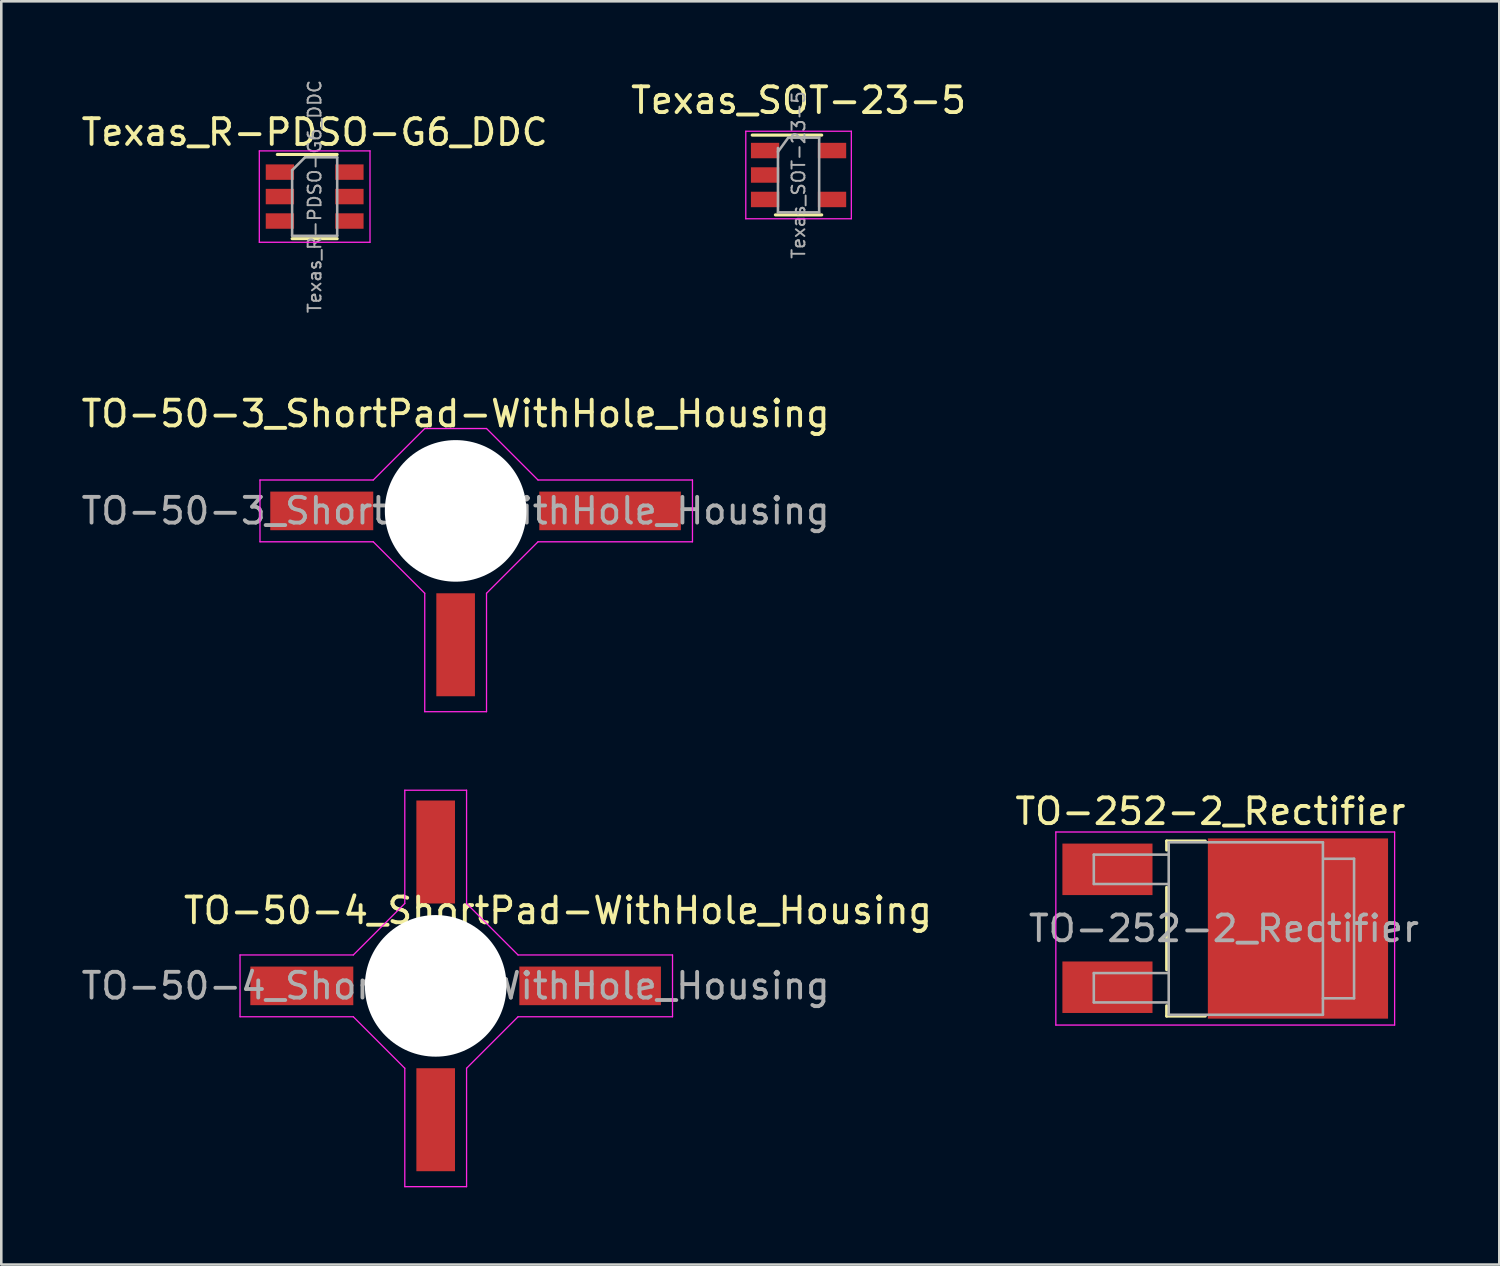
<source format=kicad_pcb>
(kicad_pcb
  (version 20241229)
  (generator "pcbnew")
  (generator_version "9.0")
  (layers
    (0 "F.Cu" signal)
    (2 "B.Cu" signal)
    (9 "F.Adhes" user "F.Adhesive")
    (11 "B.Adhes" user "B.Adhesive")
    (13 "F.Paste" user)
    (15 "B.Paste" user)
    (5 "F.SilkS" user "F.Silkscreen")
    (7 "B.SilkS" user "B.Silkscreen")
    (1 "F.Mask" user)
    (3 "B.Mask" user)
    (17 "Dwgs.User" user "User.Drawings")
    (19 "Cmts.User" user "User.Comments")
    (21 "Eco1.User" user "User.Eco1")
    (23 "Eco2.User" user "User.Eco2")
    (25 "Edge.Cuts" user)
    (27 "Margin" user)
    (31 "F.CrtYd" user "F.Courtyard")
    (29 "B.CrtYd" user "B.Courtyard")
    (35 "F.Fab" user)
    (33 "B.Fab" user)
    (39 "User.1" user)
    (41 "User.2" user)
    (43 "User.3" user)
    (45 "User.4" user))
  (footprint "Texas_R-PDSO-G6_DDC"
    (layer "F.Cu")
    (at 9.173 4.586)
    (property "Reference" "Texas_R-PDSO-G6_DDC" (at 0 -2.5 0) (layer "F.SilkS") (effects (font (size 1 1) (thickness 0.15))))
    (attr smd)
    (fp_line (start -1.45 -1.635) (end 0.875 -1.635) (stroke (width 0.12) (type solid)) (layer "F.SilkS"))
    (fp_line (start -0.875 1.635) (end 0.875 1.635) (stroke (width 0.12) (type solid)) (layer "F.SilkS"))
    (fp_line (start -2.15 -1.775) (end -2.15 1.775) (stroke (width 0.05) (type solid)) (layer "F.CrtYd"))
    (fp_line (start -2.15 -1.775) (end 2.15 -1.775) (stroke (width 0.05) (type solid)) (layer "F.CrtYd"))
    (fp_line (start -2.15 1.775) (end 2.15 1.775) (stroke (width 0.05) (type solid)) (layer "F.CrtYd"))
    (fp_line (start 2.15 -1.775) (end 2.15 1.775) (stroke (width 0.05) (type solid)) (layer "F.CrtYd"))
    (fp_line (start -0.875 -1.025) (end -0.875 1.525) (stroke (width 0.1) (type solid)) (layer "F.Fab"))
    (fp_line (start -0.875 1.525) (end 0.875 1.525) (stroke (width 0.1) (type solid)) (layer "F.Fab"))
    (fp_line (start -0.375 -1.525) (end -0.875 -1.025) (stroke (width 0.1) (type solid)) (layer "F.Fab"))
    (fp_line (start 0.875 -1.525) (end -0.375 -1.525) (stroke (width 0.1) (type solid)) (layer "F.Fab"))
    (fp_line (start 0.875 -1.525) (end 0.875 1.525) (stroke (width 0.1) (type solid)) (layer "F.Fab"))
    (fp_text user "${REFERENCE}" (at 0 0 90) (layer "F.Fab") (effects (font (size 0.5 0.5) (thickness 0.075))))
    (pad "1" smd rect (at -1.35 -0.95) (size 1.1 0.6) (layers "F.Cu" "F.Mask" "F.Paste"))
    (pad "2" smd rect (at -1.35 0) (size 1.1 0.6) (layers "F.Cu" "F.Mask" "F.Paste"))
    (pad "3" smd rect (at -1.35 0.95) (size 1.1 0.6) (layers "F.Cu" "F.Mask" "F.Paste"))
    (pad "4" smd rect (at 1.35 0.95) (size 1.1 0.6) (layers "F.Cu" "F.Mask" "F.Paste"))
    (pad "5" smd rect (at 1.35 0) (size 1.1 0.6) (layers "F.Cu" "F.Mask" "F.Paste"))
    (pad "6" smd rect (at 1.35 -0.95) (size 1.1 0.6) (layers "F.Cu" "F.Mask" "F.Paste")))
  (footprint "TO-50-4_ShortPad-WithHole_Housing"
    (layer "F.Cu")
    (at 14.274 35.246)
    (property "Reference" "TO-50-4_ShortPad-WithHole_Housing" (at 4.35 -2.925 0) (layer "F.SilkS") (effects (font (size 1 1) (thickness 0.15))))
    (attr smd)
    (fp_line (start -8 -1.2) (end -3.6 -1.2) (stroke (width 0.05) (type solid)) (layer "F.CrtYd"))
    (fp_line (start -8 1.2) (end -8 -1.2) (stroke (width 0.05) (type solid)) (layer "F.CrtYd"))
    (fp_line (start -3.6 -1.2) (end -1.6 -3.2) (stroke (width 0.05) (type solid)) (layer "F.CrtYd"))
    (fp_line (start -3.6 1.2) (end -8 1.2) (stroke (width 0.05) (type solid)) (layer "F.CrtYd"))
    (fp_line (start -1.6 -7.6) (end 0.8 -7.6) (stroke (width 0.05) (type solid)) (layer "F.CrtYd"))
    (fp_line (start -1.6 -3.2) (end -1.6 -7.6) (stroke (width 0.05) (type solid)) (layer "F.CrtYd"))
    (fp_line (start -1.6 3.2) (end -3.6 1.2) (stroke (width 0.05) (type solid)) (layer "F.CrtYd"))
    (fp_line (start -1.6 7.8) (end -1.6 3.2) (stroke (width 0.05) (type solid)) (layer "F.CrtYd"))
    (fp_line (start 0.8 -7.6) (end 0.8 -3.2) (stroke (width 0.05) (type solid)) (layer "F.CrtYd"))
    (fp_line (start 0.8 -3.2) (end 2.8 -1.2) (stroke (width 0.05) (type solid)) (layer "F.CrtYd"))
    (fp_line (start 0.8 3.2) (end 0.8 7.8) (stroke (width 0.05) (type solid)) (layer "F.CrtYd"))
    (fp_line (start 0.8 7.8) (end -1.6 7.8) (stroke (width 0.05) (type solid)) (layer "F.CrtYd"))
    (fp_line (start 2.8 -1.2) (end 8.8 -1.2) (stroke (width 0.05) (type solid)) (layer "F.CrtYd"))
    (fp_line (start 2.8 1.2) (end 0.8 3.2) (stroke (width 0.05) (type solid)) (layer "F.CrtYd"))
    (fp_line (start 8.8 -1.2) (end 8.8 1.2) (stroke (width 0.05) (type solid)) (layer "F.CrtYd"))
    (fp_line (start 8.8 1.2) (end 2.8 1.2) (stroke (width 0.05) (type solid)) (layer "F.CrtYd"))
    (fp_circle (center -0.4 0) (end -0.35 -2.55) (stroke (width 0.1) (type solid)) (fill no) (layer "F.Fab"))
    (fp_text user "${REFERENCE}" (at 0.375 0 0) (layer "F.Fab") (effects (font (size 1 1) (thickness 0.15))))
    (pad "" np_thru_hole circle (at -0.4 0 270) (size 5.5 5.5) (drill 5.5) (layers "*.Cu" "*.Mask"))
    (pad "1" smd rect (at -5.6 0 270) (size 1.5 4) (layers "F.Cu" "F.Mask" "F.Paste"))
    (pad "2" smd rect (at -0.4 5.2 270) (size 4 1.5) (layers "F.Cu" "F.Mask" "F.Paste"))
    (pad "3" smd rect (at 5.6 0 270) (size 1.5 5.5) (layers "F.Cu" "F.Mask" "F.Paste"))
    (pad "4" smd rect (at -0.4 -5.2 270) (size 4 1.5) (layers "F.Cu" "F.Mask" "F.Paste")))
  (footprint "Texas_SOT-23-5"
    (layer "F.Cu")
    (at 27.97 3.748)
    (property "Reference" "Texas_SOT-23-5" (at 0 -2.9 0) (layer "F.SilkS") (effects (font (size 1 1) (thickness 0.15))))
    (attr smd)
    (fp_line (start -0.9 1.55) (end 0.9 1.55) (stroke (width 0.12) (type solid)) (layer "F.SilkS"))
    (fp_line (start 0.9 -1.55) (end -1.8 -1.55) (stroke (width 0.12) (type solid)) (layer "F.SilkS"))
    (fp_line (start -2.05 -1.7) (end 2.05 -1.7) (stroke (width 0.05) (type solid)) (layer "F.CrtYd"))
    (fp_line (start -2.05 1.7) (end -2.05 -1.7) (stroke (width 0.05) (type solid)) (layer "F.CrtYd"))
    (fp_line (start 2.05 -1.7) (end 2.05 1.7) (stroke (width 0.05) (type solid)) (layer "F.CrtYd"))
    (fp_line (start 2.05 1.7) (end -2.05 1.7) (stroke (width 0.05) (type solid)) (layer "F.CrtYd"))
    (fp_line (start -0.8 -1.05) (end -0.8 1.45) (stroke (width 0.1) (type solid)) (layer "F.Fab"))
    (fp_line (start -0.8 -0.9) (end -0.4 -1.45) (stroke (width 0.1) (type solid)) (layer "F.Fab"))
    (fp_line (start -0.4 -1.45) (end 0.8 -1.45) (stroke (width 0.1) (type solid)) (layer "F.Fab"))
    (fp_line (start 0.8 -1.45) (end 0.8 1.45) (stroke (width 0.1) (type solid)) (layer "F.Fab"))
    (fp_line (start 0.8 1.45) (end -0.8 1.45) (stroke (width 0.1) (type solid)) (layer "F.Fab"))
    (fp_text user "${REFERENCE}" (at 0 0 90) (layer "F.Fab") (effects (font (size 0.5 0.5) (thickness 0.075))))
    (pad "1" smd rect (at -1.3 -0.95) (size 1.1 0.6) (layers "F.Cu" "F.Mask" "F.Paste"))
    (pad "2" smd rect (at -1.3 0) (size 1.1 0.6) (layers "F.Cu" "F.Mask" "F.Paste"))
    (pad "3" smd rect (at -1.3 0.95) (size 1.1 0.6) (layers "F.Cu" "F.Mask" "F.Paste"))
    (pad "4" smd rect (at 1.3 0.95) (size 1.1 0.6) (layers "F.Cu" "F.Mask" "F.Paste"))
    (pad "5" smd rect (at 1.3 -0.95) (size 1.1 0.6) (layers "F.Cu" "F.Mask" "F.Paste")))
  (footprint "TO-252-2_Rectifier"
    (layer "F.Cu")
    (at 44.544 33.019)
    (property "Reference" "TO-252-2_Rectifier" (at -0.575 -4.55 0) (layer "F.SilkS") (effects (font (size 1 1) (thickness 0.15))))
    (attr smd)
    (fp_line (start -2.275 -3.4) (end -0.775 -3.4) (stroke (width 0.12) (type solid)) (layer "F.SilkS"))
    (fp_line (start -2.275 -3.05) (end -2.275 -3.4) (stroke (width 0.12) (type solid)) (layer "F.SilkS"))
    (fp_line (start -2.275 1.6) (end -2.275 -1.6) (stroke (width 0.12) (type solid)) (layer "F.SilkS"))
    (fp_line (start -2.275 3.4) (end -2.275 3) (stroke (width 0.12) (type solid)) (layer "F.SilkS"))
    (fp_line (start -0.775 3.4) (end -2.275 3.4) (stroke (width 0.12) (type solid)) (layer "F.SilkS"))
    (fp_line (start -6.58 3.75) (end -6.58 -3.75) (stroke (width 0.05) (type solid)) (layer "F.CrtYd"))
    (fp_line (start -6.58 3.75) (end 6.58 3.75) (stroke (width 0.05) (type solid)) (layer "F.CrtYd"))
    (fp_line (start 6.58 -3.75) (end -6.58 -3.75) (stroke (width 0.05) (type solid)) (layer "F.CrtYd"))
    (fp_line (start 6.58 -3.75) (end 6.58 3.75) (stroke (width 0.05) (type solid)) (layer "F.CrtYd"))
    (fp_line (start -5.105 -2.87) (end -5.105 -1.73) (stroke (width 0.1) (type solid)) (layer "F.Fab"))
    (fp_line (start -5.105 -1.73) (end -2.195 -1.73) (stroke (width 0.1) (type solid)) (layer "F.Fab"))
    (fp_line (start -5.105 1.73) (end -5.105 2.87) (stroke (width 0.1) (type solid)) (layer "F.Fab"))
    (fp_line (start -5.105 2.87) (end -2.195 2.87) (stroke (width 0.1) (type solid)) (layer "F.Fab"))
    (fp_line (start -2.195 -2.87) (end -5.105 -2.87) (stroke (width 0.1) (type solid)) (layer "F.Fab"))
    (fp_line (start -2.195 1.73) (end -5.105 1.73) (stroke (width 0.1) (type solid)) (layer "F.Fab"))
    (fp_line (start -2.195 3.35) (end -2.195 -3.35) (stroke (width 0.1) (type solid)) (layer "F.Fab"))
    (fp_line (start -2.195 3.35) (end 3.795 3.35) (stroke (width 0.1) (type solid)) (layer "F.Fab"))
    (fp_line (start 3.795 -3.35) (end -2.195 -3.35) (stroke (width 0.1) (type solid)) (layer "F.Fab"))
    (fp_line (start 3.795 3.35) (end 3.795 -3.35) (stroke (width 0.1) (type solid)) (layer "F.Fab"))
    (fp_line (start 3.805 -2.71) (end 5.005 -2.71) (stroke (width 0.1) (type solid)) (layer "F.Fab"))
    (fp_line (start 5.005 -2.71) (end 5.005 2.71) (stroke (width 0.1) (type solid)) (layer "F.Fab"))
    (fp_line (start 5.005 2.71) (end 3.795 2.71) (stroke (width 0.1) (type solid)) (layer "F.Fab"))
    (fp_text user "${REFERENCE}" (at -0.05 0 0) (layer "F.Fab") (effects (font (size 1 1) (thickness 0.15))))
    (pad "1" smd rect (at -4.575 -2.3 270) (size 2 3.5) (layers "F.Cu" "F.Mask" "F.Paste"))
    (pad "2" smd rect (at 2.825 0 270) (size 7 7) (layers "F.Cu" "F.Mask" "F.Paste"))
    (pad "3" smd rect (at -4.575 2.28 270) (size 2 3.5) (layers "F.Cu" "F.Mask" "F.Paste")))
  (footprint "TO-50-3_ShortPad-WithHole_Housing"
    (layer "F.Cu")
    (at 15.049 19.396)
    (property "Reference" "TO-50-3_ShortPad-WithHole_Housing" (at -0.4 -6.375 0) (layer "F.SilkS") (effects (font (size 1 1) (thickness 0.15))))
    (attr smd)
    (fp_line (start -8 -1.4) (end -8 -3.8) (stroke (width 0.05) (type solid)) (layer "F.CrtYd"))
    (fp_line (start -8 -1.4) (end -3.6 -1.4) (stroke (width 0.05) (type solid)) (layer "F.CrtYd"))
    (fp_line (start -3.6 -3.8) (end -8 -3.8) (stroke (width 0.05) (type solid)) (layer "F.CrtYd"))
    (fp_line (start -3.6 -3.8) (end -1.6 -5.8) (stroke (width 0.05) (type solid)) (layer "F.CrtYd"))
    (fp_line (start -1.6 -5.8) (end 0.8 -5.8) (stroke (width 0.05) (type solid)) (layer "F.CrtYd"))
    (fp_line (start -1.6 0.6) (end -3.6 -1.4) (stroke (width 0.05) (type solid)) (layer "F.CrtYd"))
    (fp_line (start -1.6 5.2) (end -1.6 0.6) (stroke (width 0.05) (type solid)) (layer "F.CrtYd"))
    (fp_line (start 0.8 -5.8) (end 2.8 -3.8) (stroke (width 0.05) (type solid)) (layer "F.CrtYd"))
    (fp_line (start 0.8 0.6) (end 0.8 5.2) (stroke (width 0.05) (type solid)) (layer "F.CrtYd"))
    (fp_line (start 0.8 5.2) (end -1.6 5.2) (stroke (width 0.05) (type solid)) (layer "F.CrtYd"))
    (fp_line (start 2.8 -3.8) (end 8.8 -3.8) (stroke (width 0.05) (type solid)) (layer "F.CrtYd"))
    (fp_line (start 2.8 -1.4) (end 0.8 0.6) (stroke (width 0.05) (type solid)) (layer "F.CrtYd"))
    (fp_line (start 8.8 -3.8) (end 8.8 -1.4) (stroke (width 0.05) (type solid)) (layer "F.CrtYd"))
    (fp_line (start 8.8 -1.4) (end 2.8 -1.4) (stroke (width 0.05) (type solid)) (layer "F.CrtYd"))
    (fp_circle (center -0.4 -2.6) (end -0.35 -5.15) (stroke (width 0.1) (type solid)) (fill no) (layer "F.Fab"))
    (fp_text user "${REFERENCE}" (at -0.4 -2.6 0) (layer "F.Fab") (effects (font (size 1 1) (thickness 0.15))))
    (pad "" np_thru_hole circle (at -0.4 -2.6 270) (size 5.5 5.5) (drill 5.5) (layers "*.Cu" "*.Mask"))
    (pad "1" smd rect (at -5.6 -2.6 270) (size 1.5 4) (layers "F.Cu" "F.Mask" "F.Paste"))
    (pad "2" smd rect (at -0.4 2.6 270) (size 4 1.5) (layers "F.Cu" "F.Mask" "F.Paste"))
    (pad "3" smd rect (at 5.6 -2.6 270) (size 1.5 5.5) (layers "F.Cu" "F.Mask" "F.Paste")))
  (gr_rect
    (start -3 -3)
    (end 55.19 46.071)
    (stroke (width 0.1) (type default))
    (fill no)
    (layer "Edge.Cuts")))
</source>
